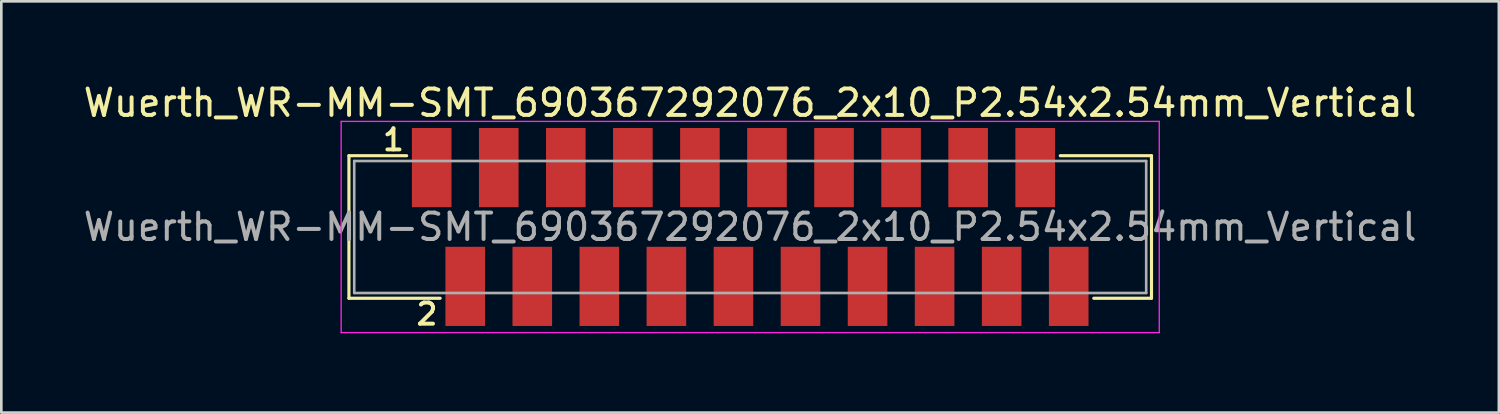
<source format=kicad_pcb>
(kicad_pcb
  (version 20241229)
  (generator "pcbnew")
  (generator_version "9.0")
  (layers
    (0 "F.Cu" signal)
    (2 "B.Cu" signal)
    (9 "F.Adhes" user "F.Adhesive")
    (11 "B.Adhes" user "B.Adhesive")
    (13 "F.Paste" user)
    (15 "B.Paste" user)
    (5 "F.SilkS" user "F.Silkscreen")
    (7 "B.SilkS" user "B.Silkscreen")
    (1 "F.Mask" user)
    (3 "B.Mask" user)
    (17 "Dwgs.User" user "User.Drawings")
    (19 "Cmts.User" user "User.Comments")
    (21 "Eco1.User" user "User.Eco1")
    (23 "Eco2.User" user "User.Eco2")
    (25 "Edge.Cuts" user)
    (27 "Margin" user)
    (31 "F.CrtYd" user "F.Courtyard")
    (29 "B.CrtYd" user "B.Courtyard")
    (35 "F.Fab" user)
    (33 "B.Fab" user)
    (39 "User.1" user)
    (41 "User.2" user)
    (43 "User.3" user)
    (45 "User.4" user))
  (footprint "Wuerth_WR-MM-SMT_690367292076_2x10_P2.54x2.54mm_Vertical"
    (layer "F.Cu")
    (at 13.303 3.298)
    (property "Reference" "Wuerth_WR-MM-SMT_690367292076_2x10_P2.54x2.54mm_Vertical" (at 12.06 -2.45 0) (layer "F.SilkS") (effects (font (size 1 1) (thickness 0.15))))
    (attr through_hole)
    (fp_line (start -3.135 -0.45) (end -3.135 4.95) (stroke (width 0.12) (type solid)) (layer "F.SilkS"))
    (fp_line (start -3.135 4.95) (end 0.32 4.95) (stroke (width 0.12) (type solid)) (layer "F.SilkS"))
    (fp_line (start -0.95 -0.45) (end -3.135 -0.45) (stroke (width 0.12) (type solid)) (layer "F.SilkS"))
    (fp_line (start 25.08 4.95) (end 27.265 4.95) (stroke (width 0.12) (type solid)) (layer "F.SilkS"))
    (fp_line (start 27.265 -0.45) (end 23.81 -0.45) (stroke (width 0.12) (type solid)) (layer "F.SilkS"))
    (fp_line (start 27.265 4.95) (end 27.265 -0.45) (stroke (width 0.12) (type solid)) (layer "F.SilkS"))
    (fp_line (start -3.43 -1.75) (end -3.43 6.25) (stroke (width 0.05) (type solid)) (layer "F.CrtYd"))
    (fp_line (start -3.43 6.25) (end 27.56 6.25) (stroke (width 0.05) (type solid)) (layer "F.CrtYd"))
    (fp_line (start 27.56 -1.75) (end -3.43 -1.75) (stroke (width 0.05) (type solid)) (layer "F.CrtYd"))
    (fp_line (start 27.56 6.25) (end 27.56 -1.75) (stroke (width 0.05) (type solid)) (layer "F.CrtYd"))
    (fp_line (start -2.935 -0.25) (end -2.935 4.75) (stroke (width 0.1) (type solid)) (layer "F.Fab"))
    (fp_line (start -2.935 4.75) (end 27.065 4.75) (stroke (width 0.1) (type solid)) (layer "F.Fab"))
    (fp_line (start 27.065 -0.25) (end -2.935 -0.25) (stroke (width 0.1) (type solid)) (layer "F.Fab"))
    (fp_line (start 27.065 4.75) (end 27.065 -0.25) (stroke (width 0.1) (type solid)) (layer "F.Fab"))
    (fp_text user "1" (at -1.45 -1.05 0) (layer "F.SilkS") (effects (font (size 0.8 0.8) (thickness 0.15))))
    (fp_text user "2" (at -0.18 5.55 0) (layer "F.SilkS") (effects (font (size 0.8 0.8) (thickness 0.15))))
    (fp_text user "${REFERENCE}" (at 12.06 2.25 0) (layer "F.Fab") (effects (font (size 1 1) (thickness 0.15))))
    (pad "1" smd rect (at 0 0) (size 1.5 3) (layers "F.Cu" "F.Mask" "F.Paste"))
    (pad "2" smd rect (at 1.27 4.5) (size 1.5 3) (layers "F.Cu" "F.Mask" "F.Paste"))
    (pad "3" smd rect (at 2.54 0) (size 1.5 3) (layers "F.Cu" "F.Mask" "F.Paste"))
    (pad "4" smd rect (at 3.81 4.5) (size 1.5 3) (layers "F.Cu" "F.Mask" "F.Paste"))
    (pad "5" smd rect (at 5.08 0) (size 1.5 3) (layers "F.Cu" "F.Mask" "F.Paste"))
    (pad "6" smd rect (at 6.35 4.5) (size 1.5 3) (layers "F.Cu" "F.Mask" "F.Paste"))
    (pad "7" smd rect (at 7.62 0) (size 1.5 3) (layers "F.Cu" "F.Mask" "F.Paste"))
    (pad "8" smd rect (at 8.89 4.5) (size 1.5 3) (layers "F.Cu" "F.Mask" "F.Paste"))
    (pad "9" smd rect (at 10.16 0) (size 1.5 3) (layers "F.Cu" "F.Mask" "F.Paste"))
    (pad "10" smd rect (at 11.43 4.5) (size 1.5 3) (layers "F.Cu" "F.Mask" "F.Paste"))
    (pad "11" smd rect (at 12.7 0) (size 1.5 3) (layers "F.Cu" "F.Mask" "F.Paste"))
    (pad "12" smd rect (at 13.97 4.5) (size 1.5 3) (layers "F.Cu" "F.Mask" "F.Paste"))
    (pad "13" smd rect (at 15.24 0) (size 1.5 3) (layers "F.Cu" "F.Mask" "F.Paste"))
    (pad "14" smd rect (at 16.51 4.5) (size 1.5 3) (layers "F.Cu" "F.Mask" "F.Paste"))
    (pad "15" smd rect (at 17.78 0) (size 1.5 3) (layers "F.Cu" "F.Mask" "F.Paste"))
    (pad "16" smd rect (at 19.05 4.5) (size 1.5 3) (layers "F.Cu" "F.Mask" "F.Paste"))
    (pad "17" smd rect (at 20.32 0) (size 1.5 3) (layers "F.Cu" "F.Mask" "F.Paste"))
    (pad "18" smd rect (at 21.59 4.5) (size 1.5 3) (layers "F.Cu" "F.Mask" "F.Paste"))
    (pad "19" smd rect (at 22.86 0) (size 1.5 3) (layers "F.Cu" "F.Mask" "F.Paste"))
    (pad "20" smd rect (at 24.13 4.5) (size 1.5 3) (layers "F.Cu" "F.Mask" "F.Paste")))
  (gr_rect
    (start -3 -3)
    (end 53.726 12.579)
    (stroke (width 0.1) (type default))
    (fill no)
    (layer "Edge.Cuts")))
</source>
